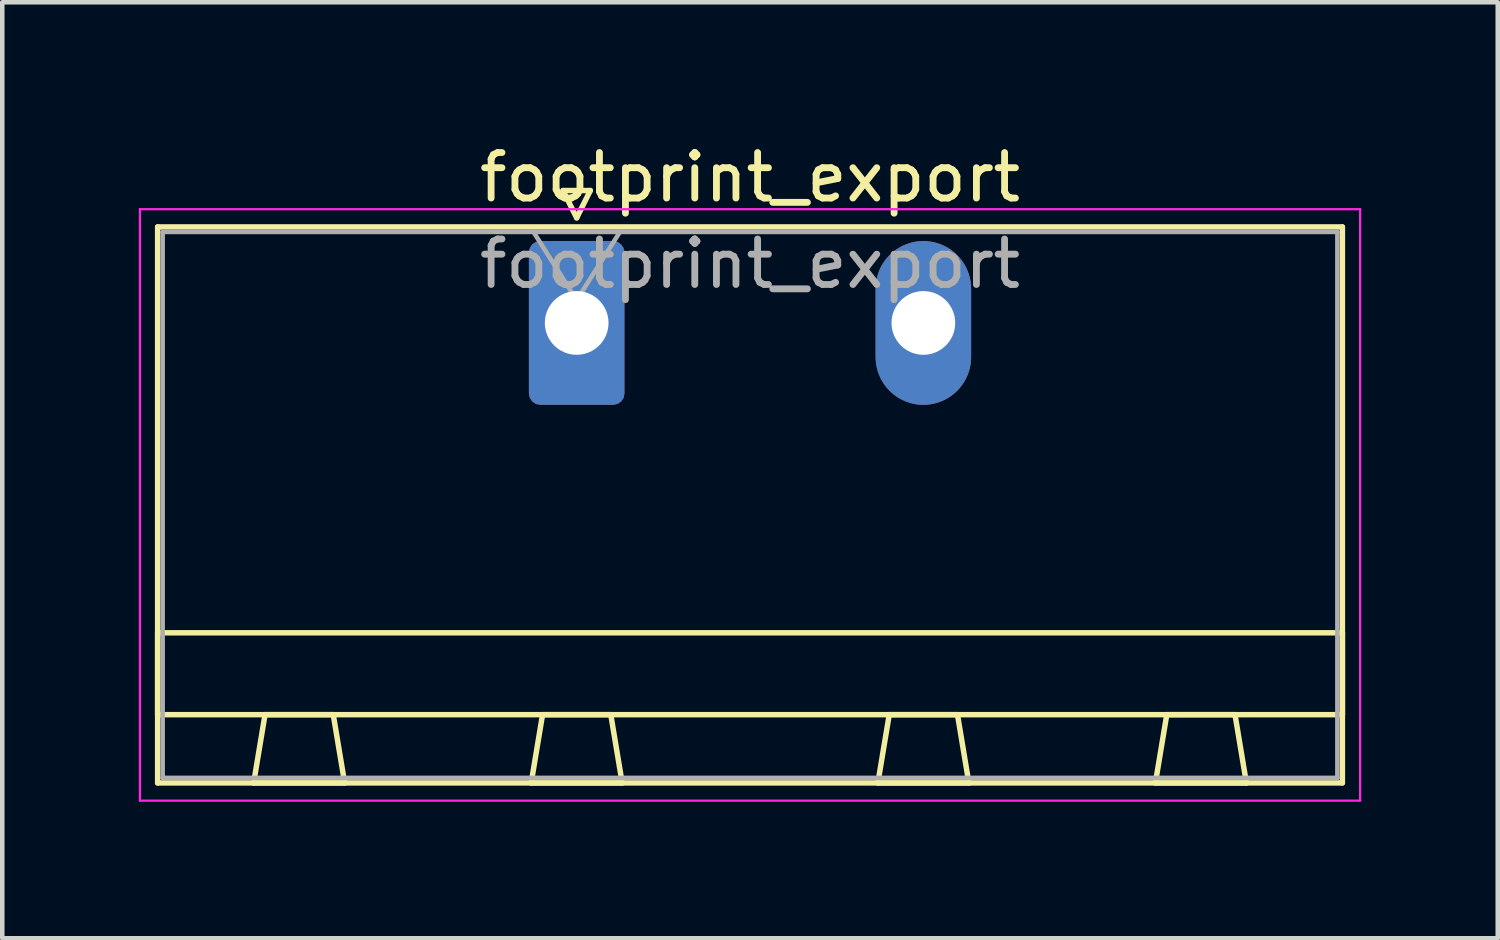
<source format=kicad_pcb>
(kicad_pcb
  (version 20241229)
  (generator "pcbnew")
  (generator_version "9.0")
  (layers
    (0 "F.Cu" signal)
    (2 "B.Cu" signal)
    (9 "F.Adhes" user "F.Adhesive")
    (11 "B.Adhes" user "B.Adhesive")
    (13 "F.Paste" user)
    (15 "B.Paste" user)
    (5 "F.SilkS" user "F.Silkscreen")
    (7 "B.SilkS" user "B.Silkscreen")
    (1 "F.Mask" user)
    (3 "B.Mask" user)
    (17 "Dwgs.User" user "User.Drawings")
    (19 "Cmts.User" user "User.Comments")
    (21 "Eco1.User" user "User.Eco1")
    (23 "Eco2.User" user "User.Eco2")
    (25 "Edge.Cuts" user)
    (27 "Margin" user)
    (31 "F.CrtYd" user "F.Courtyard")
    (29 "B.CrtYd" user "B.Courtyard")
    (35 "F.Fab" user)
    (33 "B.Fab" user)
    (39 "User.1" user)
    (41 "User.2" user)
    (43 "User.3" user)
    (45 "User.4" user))
  (footprint "footprint_export"
    (layer "F.Cu")
    (at 9.625 4.048)
    (property "Reference" "footprint_export" (at 3.81 -3.2 0) (layer "F.SilkS") (effects (font (size 1 1) (thickness 0.15))))
    (attr through_hole)
    (fp_line (start -9.21 -2.11) (end -9.21 10.11) (stroke (width 0.12) (type solid)) (layer "F.SilkS"))
    (fp_line (start -9.21 6.81) (end 16.83 6.81) (stroke (width 0.12) (type solid)) (layer "F.SilkS"))
    (fp_line (start -9.21 8.61) (end -9.21 6.81) (stroke (width 0.12) (type solid)) (layer "F.SilkS"))
    (fp_line (start -9.21 10.11) (end 16.83 10.11) (stroke (width 0.12) (type solid)) (layer "F.SilkS"))
    (fp_line (start -7.1 10.11) (end -5.1 10.11) (stroke (width 0.12) (type solid)) (layer "F.SilkS"))
    (fp_line (start -6.85 8.61) (end -7.1 10.11) (stroke (width 0.12) (type solid)) (layer "F.SilkS"))
    (fp_line (start -5.35 8.61) (end -6.85 8.61) (stroke (width 0.12) (type solid)) (layer "F.SilkS"))
    (fp_line (start -5.1 10.11) (end -5.35 8.61) (stroke (width 0.12) (type solid)) (layer "F.SilkS"))
    (fp_line (start -1 10.11) (end 1 10.11) (stroke (width 0.12) (type solid)) (layer "F.SilkS"))
    (fp_line (start -0.75 8.61) (end -1 10.11) (stroke (width 0.12) (type solid)) (layer "F.SilkS"))
    (fp_line (start -0.3 -2.91) (end 0.3 -2.91) (stroke (width 0.12) (type solid)) (layer "F.SilkS"))
    (fp_line (start 0 -2.31) (end -0.3 -2.91) (stroke (width 0.12) (type solid)) (layer "F.SilkS"))
    (fp_line (start 0.3 -2.91) (end 0 -2.31) (stroke (width 0.12) (type solid)) (layer "F.SilkS"))
    (fp_line (start 0.75 8.61) (end -0.75 8.61) (stroke (width 0.12) (type solid)) (layer "F.SilkS"))
    (fp_line (start 1 10.11) (end 0.75 8.61) (stroke (width 0.12) (type solid)) (layer "F.SilkS"))
    (fp_line (start 6.62 10.11) (end 8.62 10.11) (stroke (width 0.12) (type solid)) (layer "F.SilkS"))
    (fp_line (start 6.87 8.61) (end 6.62 10.11) (stroke (width 0.12) (type solid)) (layer "F.SilkS"))
    (fp_line (start 8.37 8.61) (end 6.87 8.61) (stroke (width 0.12) (type solid)) (layer "F.SilkS"))
    (fp_line (start 8.62 10.11) (end 8.37 8.61) (stroke (width 0.12) (type solid)) (layer "F.SilkS"))
    (fp_line (start 12.72 10.11) (end 14.72 10.11) (stroke (width 0.12) (type solid)) (layer "F.SilkS"))
    (fp_line (start 12.97 8.61) (end 12.72 10.11) (stroke (width 0.12) (type solid)) (layer "F.SilkS"))
    (fp_line (start 14.47 8.61) (end 12.97 8.61) (stroke (width 0.12) (type solid)) (layer "F.SilkS"))
    (fp_line (start 14.72 10.11) (end 14.47 8.61) (stroke (width 0.12) (type solid)) (layer "F.SilkS"))
    (fp_line (start 16.83 -2.11) (end -9.21 -2.11) (stroke (width 0.12) (type solid)) (layer "F.SilkS"))
    (fp_line (start 16.83 6.81) (end 16.83 8.61) (stroke (width 0.12) (type solid)) (layer "F.SilkS"))
    (fp_line (start 16.83 8.61) (end -9.21 8.61) (stroke (width 0.12) (type solid)) (layer "F.SilkS"))
    (fp_line (start 16.83 10.11) (end 16.83 -2.11) (stroke (width 0.12) (type solid)) (layer "F.SilkS"))
    (fp_line (start -9.6 -2.5) (end -9.6 10.5) (stroke (width 0.05) (type solid)) (layer "F.CrtYd"))
    (fp_line (start -9.6 10.5) (end 17.22 10.5) (stroke (width 0.05) (type solid)) (layer "F.CrtYd"))
    (fp_line (start 17.22 -2.5) (end -9.6 -2.5) (stroke (width 0.05) (type solid)) (layer "F.CrtYd"))
    (fp_line (start 17.22 10.5) (end 17.22 -2.5) (stroke (width 0.05) (type solid)) (layer "F.CrtYd"))
    (fp_line (start -9.1 -2) (end -9.1 10) (stroke (width 0.1) (type solid)) (layer "F.Fab"))
    (fp_line (start -9.1 10) (end 16.72 10) (stroke (width 0.1) (type solid)) (layer "F.Fab"))
    (fp_line (start 0 -0.5) (end -0.95 -2) (stroke (width 0.1) (type solid)) (layer "F.Fab"))
    (fp_line (start 0.95 -2) (end 0 -0.5) (stroke (width 0.1) (type solid)) (layer "F.Fab"))
    (fp_line (start 16.72 -2) (end -9.1 -2) (stroke (width 0.1) (type solid)) (layer "F.Fab"))
    (fp_line (start 16.72 10) (end 16.72 -2) (stroke (width 0.1) (type solid)) (layer "F.Fab"))
    (fp_text user "${REFERENCE}" (at 3.81 -1.3 0) (layer "F.Fab") (effects (font (size 1 1) (thickness 0.15))))
    (pad "1" thru_hole roundrect (at 0 0) (size 2.1 3.6) (drill 1.4) (layers "*.Cu" "*.Mask") (roundrect_rratio 0.119))
    (pad "2" thru_hole oval (at 7.62 0) (size 2.1 3.6) (drill 1.4) (layers "*.Cu" "*.Mask")))
  (gr_rect
    (start -3 -3)
    (end 29.87 17.573)
    (stroke (width 0.1) (type default))
    (fill no)
    (layer "Edge.Cuts")))
</source>
